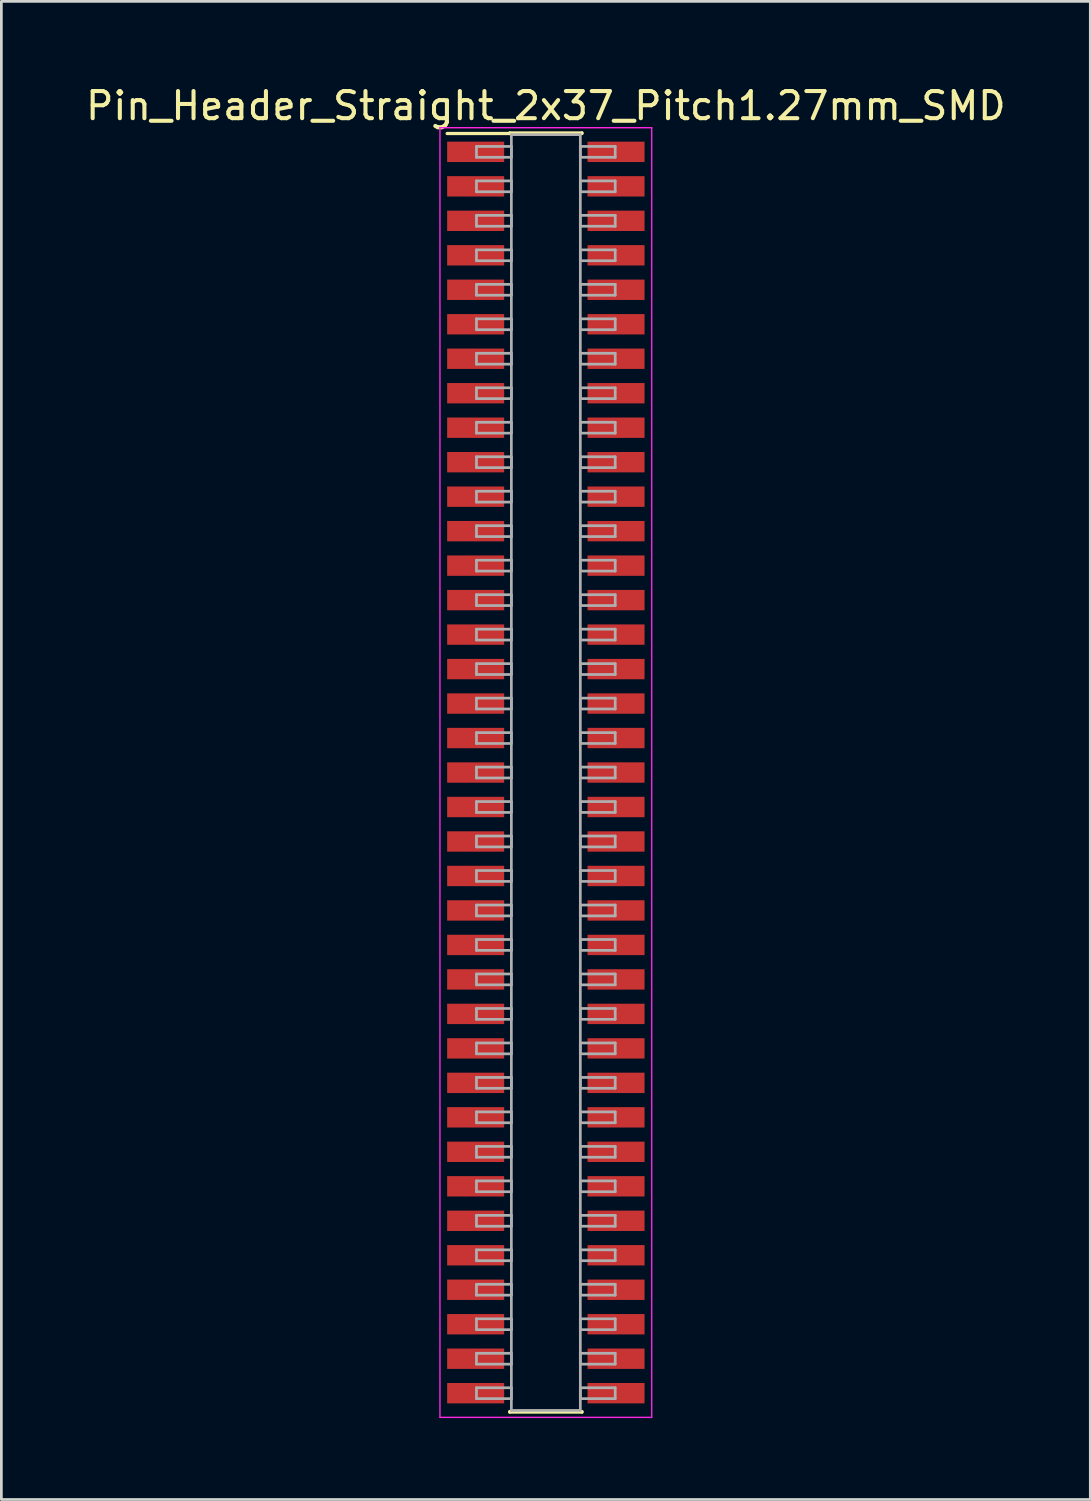
<source format=kicad_pcb>
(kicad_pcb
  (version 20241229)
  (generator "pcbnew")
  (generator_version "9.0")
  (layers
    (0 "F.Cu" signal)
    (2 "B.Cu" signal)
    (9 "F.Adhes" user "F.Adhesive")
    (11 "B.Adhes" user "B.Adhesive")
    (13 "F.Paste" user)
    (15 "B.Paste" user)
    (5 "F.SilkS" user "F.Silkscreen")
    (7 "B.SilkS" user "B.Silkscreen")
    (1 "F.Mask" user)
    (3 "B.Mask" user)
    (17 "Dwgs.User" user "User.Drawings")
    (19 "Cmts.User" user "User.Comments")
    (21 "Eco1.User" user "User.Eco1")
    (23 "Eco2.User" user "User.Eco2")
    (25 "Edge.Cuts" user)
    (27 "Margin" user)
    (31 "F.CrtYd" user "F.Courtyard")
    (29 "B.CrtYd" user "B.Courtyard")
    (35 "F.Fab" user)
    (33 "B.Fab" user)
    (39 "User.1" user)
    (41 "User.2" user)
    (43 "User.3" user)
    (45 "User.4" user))
  (footprint "Pin_Header_Straight_2x37_Pitch1.27mm_SMD"
    (layer "F.Cu")
    (at 17.054 25.403)
    (property "Reference" "Pin_Header_Straight_2x37_Pitch1.27mm_SMD" (at 0 -24.555 0) (layer "F.SilkS") (effects (font (size 1 1) (thickness 0.15))))
    (attr smd)
    (fp_line (start -3.635 -23.535) (end -1.33 -23.535) (stroke (width 0.12) (type solid)) (layer "F.SilkS"))
    (fp_line (start -1.33 -23.555) (end 1.33 -23.555) (stroke (width 0.12) (type solid)) (layer "F.SilkS"))
    (fp_line (start -1.33 -23.535) (end -1.33 -23.555) (stroke (width 0.12) (type solid)) (layer "F.SilkS"))
    (fp_line (start -1.33 23.535) (end -1.33 23.555) (stroke (width 0.12) (type solid)) (layer "F.SilkS"))
    (fp_line (start -1.33 23.555) (end 1.33 23.555) (stroke (width 0.12) (type solid)) (layer "F.SilkS"))
    (fp_line (start 1.33 -23.555) (end 1.33 -23.535) (stroke (width 0.12) (type solid)) (layer "F.SilkS"))
    (fp_line (start 1.33 23.555) (end 1.33 23.535) (stroke (width 0.12) (type solid)) (layer "F.SilkS"))
    (fp_line (start -3.9 -23.75) (end -3.9 23.75) (stroke (width 0.05) (type solid)) (layer "F.CrtYd"))
    (fp_line (start -3.9 23.75) (end 3.9 23.75) (stroke (width 0.05) (type solid)) (layer "F.CrtYd"))
    (fp_line (start 3.9 -23.75) (end -3.9 -23.75) (stroke (width 0.05) (type solid)) (layer "F.CrtYd"))
    (fp_line (start 3.9 23.75) (end 3.9 -23.75) (stroke (width 0.05) (type solid)) (layer "F.CrtYd"))
    (fp_line (start -2.555 -23.06) (end -1.27 -23.06) (stroke (width 0.1) (type solid)) (layer "F.Fab"))
    (fp_line (start -2.555 -22.66) (end -2.555 -23.06) (stroke (width 0.1) (type solid)) (layer "F.Fab"))
    (fp_line (start -2.555 -21.79) (end -1.27 -21.79) (stroke (width 0.1) (type solid)) (layer "F.Fab"))
    (fp_line (start -2.555 -21.39) (end -2.555 -21.79) (stroke (width 0.1) (type solid)) (layer "F.Fab"))
    (fp_line (start -2.555 -20.52) (end -1.27 -20.52) (stroke (width 0.1) (type solid)) (layer "F.Fab"))
    (fp_line (start -2.555 -20.12) (end -2.555 -20.52) (stroke (width 0.1) (type solid)) (layer "F.Fab"))
    (fp_line (start -2.555 -19.25) (end -1.27 -19.25) (stroke (width 0.1) (type solid)) (layer "F.Fab"))
    (fp_line (start -2.555 -18.85) (end -2.555 -19.25) (stroke (width 0.1) (type solid)) (layer "F.Fab"))
    (fp_line (start -2.555 -17.98) (end -1.27 -17.98) (stroke (width 0.1) (type solid)) (layer "F.Fab"))
    (fp_line (start -2.555 -17.58) (end -2.555 -17.98) (stroke (width 0.1) (type solid)) (layer "F.Fab"))
    (fp_line (start -2.555 -16.71) (end -1.27 -16.71) (stroke (width 0.1) (type solid)) (layer "F.Fab"))
    (fp_line (start -2.555 -16.31) (end -2.555 -16.71) (stroke (width 0.1) (type solid)) (layer "F.Fab"))
    (fp_line (start -2.555 -15.44) (end -1.27 -15.44) (stroke (width 0.1) (type solid)) (layer "F.Fab"))
    (fp_line (start -2.555 -15.04) (end -2.555 -15.44) (stroke (width 0.1) (type solid)) (layer "F.Fab"))
    (fp_line (start -2.555 -14.17) (end -1.27 -14.17) (stroke (width 0.1) (type solid)) (layer "F.Fab"))
    (fp_line (start -2.555 -13.77) (end -2.555 -14.17) (stroke (width 0.1) (type solid)) (layer "F.Fab"))
    (fp_line (start -2.555 -12.9) (end -1.27 -12.9) (stroke (width 0.1) (type solid)) (layer "F.Fab"))
    (fp_line (start -2.555 -12.5) (end -2.555 -12.9) (stroke (width 0.1) (type solid)) (layer "F.Fab"))
    (fp_line (start -2.555 -11.63) (end -1.27 -11.63) (stroke (width 0.1) (type solid)) (layer "F.Fab"))
    (fp_line (start -2.555 -11.23) (end -2.555 -11.63) (stroke (width 0.1) (type solid)) (layer "F.Fab"))
    (fp_line (start -2.555 -10.36) (end -1.27 -10.36) (stroke (width 0.1) (type solid)) (layer "F.Fab"))
    (fp_line (start -2.555 -9.96) (end -2.555 -10.36) (stroke (width 0.1) (type solid)) (layer "F.Fab"))
    (fp_line (start -2.555 -9.09) (end -1.27 -9.09) (stroke (width 0.1) (type solid)) (layer "F.Fab"))
    (fp_line (start -2.555 -8.69) (end -2.555 -9.09) (stroke (width 0.1) (type solid)) (layer "F.Fab"))
    (fp_line (start -2.555 -7.82) (end -1.27 -7.82) (stroke (width 0.1) (type solid)) (layer "F.Fab"))
    (fp_line (start -2.555 -7.42) (end -2.555 -7.82) (stroke (width 0.1) (type solid)) (layer "F.Fab"))
    (fp_line (start -2.555 -6.55) (end -1.27 -6.55) (stroke (width 0.1) (type solid)) (layer "F.Fab"))
    (fp_line (start -2.555 -6.15) (end -2.555 -6.55) (stroke (width 0.1) (type solid)) (layer "F.Fab"))
    (fp_line (start -2.555 -5.28) (end -1.27 -5.28) (stroke (width 0.1) (type solid)) (layer "F.Fab"))
    (fp_line (start -2.555 -4.88) (end -2.555 -5.28) (stroke (width 0.1) (type solid)) (layer "F.Fab"))
    (fp_line (start -2.555 -4.01) (end -1.27 -4.01) (stroke (width 0.1) (type solid)) (layer "F.Fab"))
    (fp_line (start -2.555 -3.61) (end -2.555 -4.01) (stroke (width 0.1) (type solid)) (layer "F.Fab"))
    (fp_line (start -2.555 -2.74) (end -1.27 -2.74) (stroke (width 0.1) (type solid)) (layer "F.Fab"))
    (fp_line (start -2.555 -2.34) (end -2.555 -2.74) (stroke (width 0.1) (type solid)) (layer "F.Fab"))
    (fp_line (start -2.555 -1.47) (end -1.27 -1.47) (stroke (width 0.1) (type solid)) (layer "F.Fab"))
    (fp_line (start -2.555 -1.07) (end -2.555 -1.47) (stroke (width 0.1) (type solid)) (layer "F.Fab"))
    (fp_line (start -2.555 -0.2) (end -1.27 -0.2) (stroke (width 0.1) (type solid)) (layer "F.Fab"))
    (fp_line (start -2.555 0.2) (end -2.555 -0.2) (stroke (width 0.1) (type solid)) (layer "F.Fab"))
    (fp_line (start -2.555 1.07) (end -1.27 1.07) (stroke (width 0.1) (type solid)) (layer "F.Fab"))
    (fp_line (start -2.555 1.47) (end -2.555 1.07) (stroke (width 0.1) (type solid)) (layer "F.Fab"))
    (fp_line (start -2.555 2.34) (end -1.27 2.34) (stroke (width 0.1) (type solid)) (layer "F.Fab"))
    (fp_line (start -2.555 2.74) (end -2.555 2.34) (stroke (width 0.1) (type solid)) (layer "F.Fab"))
    (fp_line (start -2.555 3.61) (end -1.27 3.61) (stroke (width 0.1) (type solid)) (layer "F.Fab"))
    (fp_line (start -2.555 4.01) (end -2.555 3.61) (stroke (width 0.1) (type solid)) (layer "F.Fab"))
    (fp_line (start -2.555 4.88) (end -1.27 4.88) (stroke (width 0.1) (type solid)) (layer "F.Fab"))
    (fp_line (start -2.555 5.28) (end -2.555 4.88) (stroke (width 0.1) (type solid)) (layer "F.Fab"))
    (fp_line (start -2.555 6.15) (end -1.27 6.15) (stroke (width 0.1) (type solid)) (layer "F.Fab"))
    (fp_line (start -2.555 6.55) (end -2.555 6.15) (stroke (width 0.1) (type solid)) (layer "F.Fab"))
    (fp_line (start -2.555 7.42) (end -1.27 7.42) (stroke (width 0.1) (type solid)) (layer "F.Fab"))
    (fp_line (start -2.555 7.82) (end -2.555 7.42) (stroke (width 0.1) (type solid)) (layer "F.Fab"))
    (fp_line (start -2.555 8.69) (end -1.27 8.69) (stroke (width 0.1) (type solid)) (layer "F.Fab"))
    (fp_line (start -2.555 9.09) (end -2.555 8.69) (stroke (width 0.1) (type solid)) (layer "F.Fab"))
    (fp_line (start -2.555 9.96) (end -1.27 9.96) (stroke (width 0.1) (type solid)) (layer "F.Fab"))
    (fp_line (start -2.555 10.36) (end -2.555 9.96) (stroke (width 0.1) (type solid)) (layer "F.Fab"))
    (fp_line (start -2.555 11.23) (end -1.27 11.23) (stroke (width 0.1) (type solid)) (layer "F.Fab"))
    (fp_line (start -2.555 11.63) (end -2.555 11.23) (stroke (width 0.1) (type solid)) (layer "F.Fab"))
    (fp_line (start -2.555 12.5) (end -1.27 12.5) (stroke (width 0.1) (type solid)) (layer "F.Fab"))
    (fp_line (start -2.555 12.9) (end -2.555 12.5) (stroke (width 0.1) (type solid)) (layer "F.Fab"))
    (fp_line (start -2.555 13.77) (end -1.27 13.77) (stroke (width 0.1) (type solid)) (layer "F.Fab"))
    (fp_line (start -2.555 14.17) (end -2.555 13.77) (stroke (width 0.1) (type solid)) (layer "F.Fab"))
    (fp_line (start -2.555 15.04) (end -1.27 15.04) (stroke (width 0.1) (type solid)) (layer "F.Fab"))
    (fp_line (start -2.555 15.44) (end -2.555 15.04) (stroke (width 0.1) (type solid)) (layer "F.Fab"))
    (fp_line (start -2.555 16.31) (end -1.27 16.31) (stroke (width 0.1) (type solid)) (layer "F.Fab"))
    (fp_line (start -2.555 16.71) (end -2.555 16.31) (stroke (width 0.1) (type solid)) (layer "F.Fab"))
    (fp_line (start -2.555 17.58) (end -1.27 17.58) (stroke (width 0.1) (type solid)) (layer "F.Fab"))
    (fp_line (start -2.555 17.98) (end -2.555 17.58) (stroke (width 0.1) (type solid)) (layer "F.Fab"))
    (fp_line (start -2.555 18.85) (end -1.27 18.85) (stroke (width 0.1) (type solid)) (layer "F.Fab"))
    (fp_line (start -2.555 19.25) (end -2.555 18.85) (stroke (width 0.1) (type solid)) (layer "F.Fab"))
    (fp_line (start -2.555 20.12) (end -1.27 20.12) (stroke (width 0.1) (type solid)) (layer "F.Fab"))
    (fp_line (start -2.555 20.52) (end -2.555 20.12) (stroke (width 0.1) (type solid)) (layer "F.Fab"))
    (fp_line (start -2.555 21.39) (end -1.27 21.39) (stroke (width 0.1) (type solid)) (layer "F.Fab"))
    (fp_line (start -2.555 21.79) (end -2.555 21.39) (stroke (width 0.1) (type solid)) (layer "F.Fab"))
    (fp_line (start -2.555 22.66) (end -1.27 22.66) (stroke (width 0.1) (type solid)) (layer "F.Fab"))
    (fp_line (start -2.555 23.06) (end -2.555 22.66) (stroke (width 0.1) (type solid)) (layer "F.Fab"))
    (fp_line (start -1.27 -23.495) (end -1.27 23.495) (stroke (width 0.1) (type solid)) (layer "F.Fab"))
    (fp_line (start -1.27 -23.06) (end -1.27 -22.66) (stroke (width 0.1) (type solid)) (layer "F.Fab"))
    (fp_line (start -1.27 -22.66) (end -2.555 -22.66) (stroke (width 0.1) (type solid)) (layer "F.Fab"))
    (fp_line (start -1.27 -21.79) (end -1.27 -21.39) (stroke (width 0.1) (type solid)) (layer "F.Fab"))
    (fp_line (start -1.27 -21.39) (end -2.555 -21.39) (stroke (width 0.1) (type solid)) (layer "F.Fab"))
    (fp_line (start -1.27 -20.52) (end -1.27 -20.12) (stroke (width 0.1) (type solid)) (layer "F.Fab"))
    (fp_line (start -1.27 -20.12) (end -2.555 -20.12) (stroke (width 0.1) (type solid)) (layer "F.Fab"))
    (fp_line (start -1.27 -19.25) (end -1.27 -18.85) (stroke (width 0.1) (type solid)) (layer "F.Fab"))
    (fp_line (start -1.27 -18.85) (end -2.555 -18.85) (stroke (width 0.1) (type solid)) (layer "F.Fab"))
    (fp_line (start -1.27 -17.98) (end -1.27 -17.58) (stroke (width 0.1) (type solid)) (layer "F.Fab"))
    (fp_line (start -1.27 -17.58) (end -2.555 -17.58) (stroke (width 0.1) (type solid)) (layer "F.Fab"))
    (fp_line (start -1.27 -16.71) (end -1.27 -16.31) (stroke (width 0.1) (type solid)) (layer "F.Fab"))
    (fp_line (start -1.27 -16.31) (end -2.555 -16.31) (stroke (width 0.1) (type solid)) (layer "F.Fab"))
    (fp_line (start -1.27 -15.44) (end -1.27 -15.04) (stroke (width 0.1) (type solid)) (layer "F.Fab"))
    (fp_line (start -1.27 -15.04) (end -2.555 -15.04) (stroke (width 0.1) (type solid)) (layer "F.Fab"))
    (fp_line (start -1.27 -14.17) (end -1.27 -13.77) (stroke (width 0.1) (type solid)) (layer "F.Fab"))
    (fp_line (start -1.27 -13.77) (end -2.555 -13.77) (stroke (width 0.1) (type solid)) (layer "F.Fab"))
    (fp_line (start -1.27 -12.9) (end -1.27 -12.5) (stroke (width 0.1) (type solid)) (layer "F.Fab"))
    (fp_line (start -1.27 -12.5) (end -2.555 -12.5) (stroke (width 0.1) (type solid)) (layer "F.Fab"))
    (fp_line (start -1.27 -11.63) (end -1.27 -11.23) (stroke (width 0.1) (type solid)) (layer "F.Fab"))
    (fp_line (start -1.27 -11.23) (end -2.555 -11.23) (stroke (width 0.1) (type solid)) (layer "F.Fab"))
    (fp_line (start -1.27 -10.36) (end -1.27 -9.96) (stroke (width 0.1) (type solid)) (layer "F.Fab"))
    (fp_line (start -1.27 -9.96) (end -2.555 -9.96) (stroke (width 0.1) (type solid)) (layer "F.Fab"))
    (fp_line (start -1.27 -9.09) (end -1.27 -8.69) (stroke (width 0.1) (type solid)) (layer "F.Fab"))
    (fp_line (start -1.27 -8.69) (end -2.555 -8.69) (stroke (width 0.1) (type solid)) (layer "F.Fab"))
    (fp_line (start -1.27 -7.82) (end -1.27 -7.42) (stroke (width 0.1) (type solid)) (layer "F.Fab"))
    (fp_line (start -1.27 -7.42) (end -2.555 -7.42) (stroke (width 0.1) (type solid)) (layer "F.Fab"))
    (fp_line (start -1.27 -6.55) (end -1.27 -6.15) (stroke (width 0.1) (type solid)) (layer "F.Fab"))
    (fp_line (start -1.27 -6.15) (end -2.555 -6.15) (stroke (width 0.1) (type solid)) (layer "F.Fab"))
    (fp_line (start -1.27 -5.28) (end -1.27 -4.88) (stroke (width 0.1) (type solid)) (layer "F.Fab"))
    (fp_line (start -1.27 -4.88) (end -2.555 -4.88) (stroke (width 0.1) (type solid)) (layer "F.Fab"))
    (fp_line (start -1.27 -4.01) (end -1.27 -3.61) (stroke (width 0.1) (type solid)) (layer "F.Fab"))
    (fp_line (start -1.27 -3.61) (end -2.555 -3.61) (stroke (width 0.1) (type solid)) (layer "F.Fab"))
    (fp_line (start -1.27 -2.74) (end -1.27 -2.34) (stroke (width 0.1) (type solid)) (layer "F.Fab"))
    (fp_line (start -1.27 -2.34) (end -2.555 -2.34) (stroke (width 0.1) (type solid)) (layer "F.Fab"))
    (fp_line (start -1.27 -1.47) (end -1.27 -1.07) (stroke (width 0.1) (type solid)) (layer "F.Fab"))
    (fp_line (start -1.27 -1.07) (end -2.555 -1.07) (stroke (width 0.1) (type solid)) (layer "F.Fab"))
    (fp_line (start -1.27 -0.2) (end -1.27 0.2) (stroke (width 0.1) (type solid)) (layer "F.Fab"))
    (fp_line (start -1.27 0.2) (end -2.555 0.2) (stroke (width 0.1) (type solid)) (layer "F.Fab"))
    (fp_line (start -1.27 1.07) (end -1.27 1.47) (stroke (width 0.1) (type solid)) (layer "F.Fab"))
    (fp_line (start -1.27 1.47) (end -2.555 1.47) (stroke (width 0.1) (type solid)) (layer "F.Fab"))
    (fp_line (start -1.27 2.34) (end -1.27 2.74) (stroke (width 0.1) (type solid)) (layer "F.Fab"))
    (fp_line (start -1.27 2.74) (end -2.555 2.74) (stroke (width 0.1) (type solid)) (layer "F.Fab"))
    (fp_line (start -1.27 3.61) (end -1.27 4.01) (stroke (width 0.1) (type solid)) (layer "F.Fab"))
    (fp_line (start -1.27 4.01) (end -2.555 4.01) (stroke (width 0.1) (type solid)) (layer "F.Fab"))
    (fp_line (start -1.27 4.88) (end -1.27 5.28) (stroke (width 0.1) (type solid)) (layer "F.Fab"))
    (fp_line (start -1.27 5.28) (end -2.555 5.28) (stroke (width 0.1) (type solid)) (layer "F.Fab"))
    (fp_line (start -1.27 6.15) (end -1.27 6.55) (stroke (width 0.1) (type solid)) (layer "F.Fab"))
    (fp_line (start -1.27 6.55) (end -2.555 6.55) (stroke (width 0.1) (type solid)) (layer "F.Fab"))
    (fp_line (start -1.27 7.42) (end -1.27 7.82) (stroke (width 0.1) (type solid)) (layer "F.Fab"))
    (fp_line (start -1.27 7.82) (end -2.555 7.82) (stroke (width 0.1) (type solid)) (layer "F.Fab"))
    (fp_line (start -1.27 8.69) (end -1.27 9.09) (stroke (width 0.1) (type solid)) (layer "F.Fab"))
    (fp_line (start -1.27 9.09) (end -2.555 9.09) (stroke (width 0.1) (type solid)) (layer "F.Fab"))
    (fp_line (start -1.27 9.96) (end -1.27 10.36) (stroke (width 0.1) (type solid)) (layer "F.Fab"))
    (fp_line (start -1.27 10.36) (end -2.555 10.36) (stroke (width 0.1) (type solid)) (layer "F.Fab"))
    (fp_line (start -1.27 11.23) (end -1.27 11.63) (stroke (width 0.1) (type solid)) (layer "F.Fab"))
    (fp_line (start -1.27 11.63) (end -2.555 11.63) (stroke (width 0.1) (type solid)) (layer "F.Fab"))
    (fp_line (start -1.27 12.5) (end -1.27 12.9) (stroke (width 0.1) (type solid)) (layer "F.Fab"))
    (fp_line (start -1.27 12.9) (end -2.555 12.9) (stroke (width 0.1) (type solid)) (layer "F.Fab"))
    (fp_line (start -1.27 13.77) (end -1.27 14.17) (stroke (width 0.1) (type solid)) (layer "F.Fab"))
    (fp_line (start -1.27 14.17) (end -2.555 14.17) (stroke (width 0.1) (type solid)) (layer "F.Fab"))
    (fp_line (start -1.27 15.04) (end -1.27 15.44) (stroke (width 0.1) (type solid)) (layer "F.Fab"))
    (fp_line (start -1.27 15.44) (end -2.555 15.44) (stroke (width 0.1) (type solid)) (layer "F.Fab"))
    (fp_line (start -1.27 16.31) (end -1.27 16.71) (stroke (width 0.1) (type solid)) (layer "F.Fab"))
    (fp_line (start -1.27 16.71) (end -2.555 16.71) (stroke (width 0.1) (type solid)) (layer "F.Fab"))
    (fp_line (start -1.27 17.58) (end -1.27 17.98) (stroke (width 0.1) (type solid)) (layer "F.Fab"))
    (fp_line (start -1.27 17.98) (end -2.555 17.98) (stroke (width 0.1) (type solid)) (layer "F.Fab"))
    (fp_line (start -1.27 18.85) (end -1.27 19.25) (stroke (width 0.1) (type solid)) (layer "F.Fab"))
    (fp_line (start -1.27 19.25) (end -2.555 19.25) (stroke (width 0.1) (type solid)) (layer "F.Fab"))
    (fp_line (start -1.27 20.12) (end -1.27 20.52) (stroke (width 0.1) (type solid)) (layer "F.Fab"))
    (fp_line (start -1.27 20.52) (end -2.555 20.52) (stroke (width 0.1) (type solid)) (layer "F.Fab"))
    (fp_line (start -1.27 21.39) (end -1.27 21.79) (stroke (width 0.1) (type solid)) (layer "F.Fab"))
    (fp_line (start -1.27 21.79) (end -2.555 21.79) (stroke (width 0.1) (type solid)) (layer "F.Fab"))
    (fp_line (start -1.27 22.66) (end -1.27 23.06) (stroke (width 0.1) (type solid)) (layer "F.Fab"))
    (fp_line (start -1.27 23.06) (end -2.555 23.06) (stroke (width 0.1) (type solid)) (layer "F.Fab"))
    (fp_line (start -1.27 23.495) (end 1.27 23.495) (stroke (width 0.1) (type solid)) (layer "F.Fab"))
    (fp_line (start 1.27 -23.495) (end -1.27 -23.495) (stroke (width 0.1) (type solid)) (layer "F.Fab"))
    (fp_line (start 1.27 -23.06) (end 1.27 -22.66) (stroke (width 0.1) (type solid)) (layer "F.Fab"))
    (fp_line (start 1.27 -22.66) (end 2.555 -22.66) (stroke (width 0.1) (type solid)) (layer "F.Fab"))
    (fp_line (start 1.27 -21.79) (end 1.27 -21.39) (stroke (width 0.1) (type solid)) (layer "F.Fab"))
    (fp_line (start 1.27 -21.39) (end 2.555 -21.39) (stroke (width 0.1) (type solid)) (layer "F.Fab"))
    (fp_line (start 1.27 -20.52) (end 1.27 -20.12) (stroke (width 0.1) (type solid)) (layer "F.Fab"))
    (fp_line (start 1.27 -20.12) (end 2.555 -20.12) (stroke (width 0.1) (type solid)) (layer "F.Fab"))
    (fp_line (start 1.27 -19.25) (end 1.27 -18.85) (stroke (width 0.1) (type solid)) (layer "F.Fab"))
    (fp_line (start 1.27 -18.85) (end 2.555 -18.85) (stroke (width 0.1) (type solid)) (layer "F.Fab"))
    (fp_line (start 1.27 -17.98) (end 1.27 -17.58) (stroke (width 0.1) (type solid)) (layer "F.Fab"))
    (fp_line (start 1.27 -17.58) (end 2.555 -17.58) (stroke (width 0.1) (type solid)) (layer "F.Fab"))
    (fp_line (start 1.27 -16.71) (end 1.27 -16.31) (stroke (width 0.1) (type solid)) (layer "F.Fab"))
    (fp_line (start 1.27 -16.31) (end 2.555 -16.31) (stroke (width 0.1) (type solid)) (layer "F.Fab"))
    (fp_line (start 1.27 -15.44) (end 1.27 -15.04) (stroke (width 0.1) (type solid)) (layer "F.Fab"))
    (fp_line (start 1.27 -15.04) (end 2.555 -15.04) (stroke (width 0.1) (type solid)) (layer "F.Fab"))
    (fp_line (start 1.27 -14.17) (end 1.27 -13.77) (stroke (width 0.1) (type solid)) (layer "F.Fab"))
    (fp_line (start 1.27 -13.77) (end 2.555 -13.77) (stroke (width 0.1) (type solid)) (layer "F.Fab"))
    (fp_line (start 1.27 -12.9) (end 1.27 -12.5) (stroke (width 0.1) (type solid)) (layer "F.Fab"))
    (fp_line (start 1.27 -12.5) (end 2.555 -12.5) (stroke (width 0.1) (type solid)) (layer "F.Fab"))
    (fp_line (start 1.27 -11.63) (end 1.27 -11.23) (stroke (width 0.1) (type solid)) (layer "F.Fab"))
    (fp_line (start 1.27 -11.23) (end 2.555 -11.23) (stroke (width 0.1) (type solid)) (layer "F.Fab"))
    (fp_line (start 1.27 -10.36) (end 1.27 -9.96) (stroke (width 0.1) (type solid)) (layer "F.Fab"))
    (fp_line (start 1.27 -9.96) (end 2.555 -9.96) (stroke (width 0.1) (type solid)) (layer "F.Fab"))
    (fp_line (start 1.27 -9.09) (end 1.27 -8.69) (stroke (width 0.1) (type solid)) (layer "F.Fab"))
    (fp_line (start 1.27 -8.69) (end 2.555 -8.69) (stroke (width 0.1) (type solid)) (layer "F.Fab"))
    (fp_line (start 1.27 -7.82) (end 1.27 -7.42) (stroke (width 0.1) (type solid)) (layer "F.Fab"))
    (fp_line (start 1.27 -7.42) (end 2.555 -7.42) (stroke (width 0.1) (type solid)) (layer "F.Fab"))
    (fp_line (start 1.27 -6.55) (end 1.27 -6.15) (stroke (width 0.1) (type solid)) (layer "F.Fab"))
    (fp_line (start 1.27 -6.15) (end 2.555 -6.15) (stroke (width 0.1) (type solid)) (layer "F.Fab"))
    (fp_line (start 1.27 -5.28) (end 1.27 -4.88) (stroke (width 0.1) (type solid)) (layer "F.Fab"))
    (fp_line (start 1.27 -4.88) (end 2.555 -4.88) (stroke (width 0.1) (type solid)) (layer "F.Fab"))
    (fp_line (start 1.27 -4.01) (end 1.27 -3.61) (stroke (width 0.1) (type solid)) (layer "F.Fab"))
    (fp_line (start 1.27 -3.61) (end 2.555 -3.61) (stroke (width 0.1) (type solid)) (layer "F.Fab"))
    (fp_line (start 1.27 -2.74) (end 1.27 -2.34) (stroke (width 0.1) (type solid)) (layer "F.Fab"))
    (fp_line (start 1.27 -2.34) (end 2.555 -2.34) (stroke (width 0.1) (type solid)) (layer "F.Fab"))
    (fp_line (start 1.27 -1.47) (end 1.27 -1.07) (stroke (width 0.1) (type solid)) (layer "F.Fab"))
    (fp_line (start 1.27 -1.07) (end 2.555 -1.07) (stroke (width 0.1) (type solid)) (layer "F.Fab"))
    (fp_line (start 1.27 -0.2) (end 1.27 0.2) (stroke (width 0.1) (type solid)) (layer "F.Fab"))
    (fp_line (start 1.27 0.2) (end 2.555 0.2) (stroke (width 0.1) (type solid)) (layer "F.Fab"))
    (fp_line (start 1.27 1.07) (end 1.27 1.47) (stroke (width 0.1) (type solid)) (layer "F.Fab"))
    (fp_line (start 1.27 1.47) (end 2.555 1.47) (stroke (width 0.1) (type solid)) (layer "F.Fab"))
    (fp_line (start 1.27 2.34) (end 1.27 2.74) (stroke (width 0.1) (type solid)) (layer "F.Fab"))
    (fp_line (start 1.27 2.74) (end 2.555 2.74) (stroke (width 0.1) (type solid)) (layer "F.Fab"))
    (fp_line (start 1.27 3.61) (end 1.27 4.01) (stroke (width 0.1) (type solid)) (layer "F.Fab"))
    (fp_line (start 1.27 4.01) (end 2.555 4.01) (stroke (width 0.1) (type solid)) (layer "F.Fab"))
    (fp_line (start 1.27 4.88) (end 1.27 5.28) (stroke (width 0.1) (type solid)) (layer "F.Fab"))
    (fp_line (start 1.27 5.28) (end 2.555 5.28) (stroke (width 0.1) (type solid)) (layer "F.Fab"))
    (fp_line (start 1.27 6.15) (end 1.27 6.55) (stroke (width 0.1) (type solid)) (layer "F.Fab"))
    (fp_line (start 1.27 6.55) (end 2.555 6.55) (stroke (width 0.1) (type solid)) (layer "F.Fab"))
    (fp_line (start 1.27 7.42) (end 1.27 7.82) (stroke (width 0.1) (type solid)) (layer "F.Fab"))
    (fp_line (start 1.27 7.82) (end 2.555 7.82) (stroke (width 0.1) (type solid)) (layer "F.Fab"))
    (fp_line (start 1.27 8.69) (end 1.27 9.09) (stroke (width 0.1) (type solid)) (layer "F.Fab"))
    (fp_line (start 1.27 9.09) (end 2.555 9.09) (stroke (width 0.1) (type solid)) (layer "F.Fab"))
    (fp_line (start 1.27 9.96) (end 1.27 10.36) (stroke (width 0.1) (type solid)) (layer "F.Fab"))
    (fp_line (start 1.27 10.36) (end 2.555 10.36) (stroke (width 0.1) (type solid)) (layer "F.Fab"))
    (fp_line (start 1.27 11.23) (end 1.27 11.63) (stroke (width 0.1) (type solid)) (layer "F.Fab"))
    (fp_line (start 1.27 11.63) (end 2.555 11.63) (stroke (width 0.1) (type solid)) (layer "F.Fab"))
    (fp_line (start 1.27 12.5) (end 1.27 12.9) (stroke (width 0.1) (type solid)) (layer "F.Fab"))
    (fp_line (start 1.27 12.9) (end 2.555 12.9) (stroke (width 0.1) (type solid)) (layer "F.Fab"))
    (fp_line (start 1.27 13.77) (end 1.27 14.17) (stroke (width 0.1) (type solid)) (layer "F.Fab"))
    (fp_line (start 1.27 14.17) (end 2.555 14.17) (stroke (width 0.1) (type solid)) (layer "F.Fab"))
    (fp_line (start 1.27 15.04) (end 1.27 15.44) (stroke (width 0.1) (type solid)) (layer "F.Fab"))
    (fp_line (start 1.27 15.44) (end 2.555 15.44) (stroke (width 0.1) (type solid)) (layer "F.Fab"))
    (fp_line (start 1.27 16.31) (end 1.27 16.71) (stroke (width 0.1) (type solid)) (layer "F.Fab"))
    (fp_line (start 1.27 16.71) (end 2.555 16.71) (stroke (width 0.1) (type solid)) (layer "F.Fab"))
    (fp_line (start 1.27 17.58) (end 1.27 17.98) (stroke (width 0.1) (type solid)) (layer "F.Fab"))
    (fp_line (start 1.27 17.98) (end 2.555 17.98) (stroke (width 0.1) (type solid)) (layer "F.Fab"))
    (fp_line (start 1.27 18.85) (end 1.27 19.25) (stroke (width 0.1) (type solid)) (layer "F.Fab"))
    (fp_line (start 1.27 19.25) (end 2.555 19.25) (stroke (width 0.1) (type solid)) (layer "F.Fab"))
    (fp_line (start 1.27 20.12) (end 1.27 20.52) (stroke (width 0.1) (type solid)) (layer "F.Fab"))
    (fp_line (start 1.27 20.52) (end 2.555 20.52) (stroke (width 0.1) (type solid)) (layer "F.Fab"))
    (fp_line (start 1.27 21.39) (end 1.27 21.79) (stroke (width 0.1) (type solid)) (layer "F.Fab"))
    (fp_line (start 1.27 21.79) (end 2.555 21.79) (stroke (width 0.1) (type solid)) (layer "F.Fab"))
    (fp_line (start 1.27 22.66) (end 1.27 23.06) (stroke (width 0.1) (type solid)) (layer "F.Fab"))
    (fp_line (start 1.27 23.06) (end 2.555 23.06) (stroke (width 0.1) (type solid)) (layer "F.Fab"))
    (fp_line (start 1.27 23.495) (end 1.27 -23.495) (stroke (width 0.1) (type solid)) (layer "F.Fab"))
    (fp_line (start 2.555 -23.06) (end 1.27 -23.06) (stroke (width 0.1) (type solid)) (layer "F.Fab"))
    (fp_line (start 2.555 -22.66) (end 2.555 -23.06) (stroke (width 0.1) (type solid)) (layer "F.Fab"))
    (fp_line (start 2.555 -21.79) (end 1.27 -21.79) (stroke (width 0.1) (type solid)) (layer "F.Fab"))
    (fp_line (start 2.555 -21.39) (end 2.555 -21.79) (stroke (width 0.1) (type solid)) (layer "F.Fab"))
    (fp_line (start 2.555 -20.52) (end 1.27 -20.52) (stroke (width 0.1) (type solid)) (layer "F.Fab"))
    (fp_line (start 2.555 -20.12) (end 2.555 -20.52) (stroke (width 0.1) (type solid)) (layer "F.Fab"))
    (fp_line (start 2.555 -19.25) (end 1.27 -19.25) (stroke (width 0.1) (type solid)) (layer "F.Fab"))
    (fp_line (start 2.555 -18.85) (end 2.555 -19.25) (stroke (width 0.1) (type solid)) (layer "F.Fab"))
    (fp_line (start 2.555 -17.98) (end 1.27 -17.98) (stroke (width 0.1) (type solid)) (layer "F.Fab"))
    (fp_line (start 2.555 -17.58) (end 2.555 -17.98) (stroke (width 0.1) (type solid)) (layer "F.Fab"))
    (fp_line (start 2.555 -16.71) (end 1.27 -16.71) (stroke (width 0.1) (type solid)) (layer "F.Fab"))
    (fp_line (start 2.555 -16.31) (end 2.555 -16.71) (stroke (width 0.1) (type solid)) (layer "F.Fab"))
    (fp_line (start 2.555 -15.44) (end 1.27 -15.44) (stroke (width 0.1) (type solid)) (layer "F.Fab"))
    (fp_line (start 2.555 -15.04) (end 2.555 -15.44) (stroke (width 0.1) (type solid)) (layer "F.Fab"))
    (fp_line (start 2.555 -14.17) (end 1.27 -14.17) (stroke (width 0.1) (type solid)) (layer "F.Fab"))
    (fp_line (start 2.555 -13.77) (end 2.555 -14.17) (stroke (width 0.1) (type solid)) (layer "F.Fab"))
    (fp_line (start 2.555 -12.9) (end 1.27 -12.9) (stroke (width 0.1) (type solid)) (layer "F.Fab"))
    (fp_line (start 2.555 -12.5) (end 2.555 -12.9) (stroke (width 0.1) (type solid)) (layer "F.Fab"))
    (fp_line (start 2.555 -11.63) (end 1.27 -11.63) (stroke (width 0.1) (type solid)) (layer "F.Fab"))
    (fp_line (start 2.555 -11.23) (end 2.555 -11.63) (stroke (width 0.1) (type solid)) (layer "F.Fab"))
    (fp_line (start 2.555 -10.36) (end 1.27 -10.36) (stroke (width 0.1) (type solid)) (layer "F.Fab"))
    (fp_line (start 2.555 -9.96) (end 2.555 -10.36) (stroke (width 0.1) (type solid)) (layer "F.Fab"))
    (fp_line (start 2.555 -9.09) (end 1.27 -9.09) (stroke (width 0.1) (type solid)) (layer "F.Fab"))
    (fp_line (start 2.555 -8.69) (end 2.555 -9.09) (stroke (width 0.1) (type solid)) (layer "F.Fab"))
    (fp_line (start 2.555 -7.82) (end 1.27 -7.82) (stroke (width 0.1) (type solid)) (layer "F.Fab"))
    (fp_line (start 2.555 -7.42) (end 2.555 -7.82) (stroke (width 0.1) (type solid)) (layer "F.Fab"))
    (fp_line (start 2.555 -6.55) (end 1.27 -6.55) (stroke (width 0.1) (type solid)) (layer "F.Fab"))
    (fp_line (start 2.555 -6.15) (end 2.555 -6.55) (stroke (width 0.1) (type solid)) (layer "F.Fab"))
    (fp_line (start 2.555 -5.28) (end 1.27 -5.28) (stroke (width 0.1) (type solid)) (layer "F.Fab"))
    (fp_line (start 2.555 -4.88) (end 2.555 -5.28) (stroke (width 0.1) (type solid)) (layer "F.Fab"))
    (fp_line (start 2.555 -4.01) (end 1.27 -4.01) (stroke (width 0.1) (type solid)) (layer "F.Fab"))
    (fp_line (start 2.555 -3.61) (end 2.555 -4.01) (stroke (width 0.1) (type solid)) (layer "F.Fab"))
    (fp_line (start 2.555 -2.74) (end 1.27 -2.74) (stroke (width 0.1) (type solid)) (layer "F.Fab"))
    (fp_line (start 2.555 -2.34) (end 2.555 -2.74) (stroke (width 0.1) (type solid)) (layer "F.Fab"))
    (fp_line (start 2.555 -1.47) (end 1.27 -1.47) (stroke (width 0.1) (type solid)) (layer "F.Fab"))
    (fp_line (start 2.555 -1.07) (end 2.555 -1.47) (stroke (width 0.1) (type solid)) (layer "F.Fab"))
    (fp_line (start 2.555 -0.2) (end 1.27 -0.2) (stroke (width 0.1) (type solid)) (layer "F.Fab"))
    (fp_line (start 2.555 0.2) (end 2.555 -0.2) (stroke (width 0.1) (type solid)) (layer "F.Fab"))
    (fp_line (start 2.555 1.07) (end 1.27 1.07) (stroke (width 0.1) (type solid)) (layer "F.Fab"))
    (fp_line (start 2.555 1.47) (end 2.555 1.07) (stroke (width 0.1) (type solid)) (layer "F.Fab"))
    (fp_line (start 2.555 2.34) (end 1.27 2.34) (stroke (width 0.1) (type solid)) (layer "F.Fab"))
    (fp_line (start 2.555 2.74) (end 2.555 2.34) (stroke (width 0.1) (type solid)) (layer "F.Fab"))
    (fp_line (start 2.555 3.61) (end 1.27 3.61) (stroke (width 0.1) (type solid)) (layer "F.Fab"))
    (fp_line (start 2.555 4.01) (end 2.555 3.61) (stroke (width 0.1) (type solid)) (layer "F.Fab"))
    (fp_line (start 2.555 4.88) (end 1.27 4.88) (stroke (width 0.1) (type solid)) (layer "F.Fab"))
    (fp_line (start 2.555 5.28) (end 2.555 4.88) (stroke (width 0.1) (type solid)) (layer "F.Fab"))
    (fp_line (start 2.555 6.15) (end 1.27 6.15) (stroke (width 0.1) (type solid)) (layer "F.Fab"))
    (fp_line (start 2.555 6.55) (end 2.555 6.15) (stroke (width 0.1) (type solid)) (layer "F.Fab"))
    (fp_line (start 2.555 7.42) (end 1.27 7.42) (stroke (width 0.1) (type solid)) (layer "F.Fab"))
    (fp_line (start 2.555 7.82) (end 2.555 7.42) (stroke (width 0.1) (type solid)) (layer "F.Fab"))
    (fp_line (start 2.555 8.69) (end 1.27 8.69) (stroke (width 0.1) (type solid)) (layer "F.Fab"))
    (fp_line (start 2.555 9.09) (end 2.555 8.69) (stroke (width 0.1) (type solid)) (layer "F.Fab"))
    (fp_line (start 2.555 9.96) (end 1.27 9.96) (stroke (width 0.1) (type solid)) (layer "F.Fab"))
    (fp_line (start 2.555 10.36) (end 2.555 9.96) (stroke (width 0.1) (type solid)) (layer "F.Fab"))
    (fp_line (start 2.555 11.23) (end 1.27 11.23) (stroke (width 0.1) (type solid)) (layer "F.Fab"))
    (fp_line (start 2.555 11.63) (end 2.555 11.23) (stroke (width 0.1) (type solid)) (layer "F.Fab"))
    (fp_line (start 2.555 12.5) (end 1.27 12.5) (stroke (width 0.1) (type solid)) (layer "F.Fab"))
    (fp_line (start 2.555 12.9) (end 2.555 12.5) (stroke (width 0.1) (type solid)) (layer "F.Fab"))
    (fp_line (start 2.555 13.77) (end 1.27 13.77) (stroke (width 0.1) (type solid)) (layer "F.Fab"))
    (fp_line (start 2.555 14.17) (end 2.555 13.77) (stroke (width 0.1) (type solid)) (layer "F.Fab"))
    (fp_line (start 2.555 15.04) (end 1.27 15.04) (stroke (width 0.1) (type solid)) (layer "F.Fab"))
    (fp_line (start 2.555 15.44) (end 2.555 15.04) (stroke (width 0.1) (type solid)) (layer "F.Fab"))
    (fp_line (start 2.555 16.31) (end 1.27 16.31) (stroke (width 0.1) (type solid)) (layer "F.Fab"))
    (fp_line (start 2.555 16.71) (end 2.555 16.31) (stroke (width 0.1) (type solid)) (layer "F.Fab"))
    (fp_line (start 2.555 17.58) (end 1.27 17.58) (stroke (width 0.1) (type solid)) (layer "F.Fab"))
    (fp_line (start 2.555 17.98) (end 2.555 17.58) (stroke (width 0.1) (type solid)) (layer "F.Fab"))
    (fp_line (start 2.555 18.85) (end 1.27 18.85) (stroke (width 0.1) (type solid)) (layer "F.Fab"))
    (fp_line (start 2.555 19.25) (end 2.555 18.85) (stroke (width 0.1) (type solid)) (layer "F.Fab"))
    (fp_line (start 2.555 20.12) (end 1.27 20.12) (stroke (width 0.1) (type solid)) (layer "F.Fab"))
    (fp_line (start 2.555 20.52) (end 2.555 20.12) (stroke (width 0.1) (type solid)) (layer "F.Fab"))
    (fp_line (start 2.555 21.39) (end 1.27 21.39) (stroke (width 0.1) (type solid)) (layer "F.Fab"))
    (fp_line (start 2.555 21.79) (end 2.555 21.39) (stroke (width 0.1) (type solid)) (layer "F.Fab"))
    (fp_line (start 2.555 22.66) (end 1.27 22.66) (stroke (width 0.1) (type solid)) (layer "F.Fab"))
    (fp_line (start 2.555 23.06) (end 2.555 22.66) (stroke (width 0.1) (type solid)) (layer "F.Fab"))
    (pad "1" smd rect (at -2.585 -22.86) (size 2.1 0.75) (layers "F.Cu" "F.Mask"))
    (pad "2" smd rect (at 2.585 -22.86) (size 2.1 0.75) (layers "F.Cu" "F.Mask"))
    (pad "3" smd rect (at -2.585 -21.59) (size 2.1 0.75) (layers "F.Cu" "F.Mask"))
    (pad "4" smd rect (at 2.585 -21.59) (size 2.1 0.75) (layers "F.Cu" "F.Mask"))
    (pad "5" smd rect (at -2.585 -20.32) (size 2.1 0.75) (layers "F.Cu" "F.Mask"))
    (pad "6" smd rect (at 2.585 -20.32) (size 2.1 0.75) (layers "F.Cu" "F.Mask"))
    (pad "7" smd rect (at -2.585 -19.05) (size 2.1 0.75) (layers "F.Cu" "F.Mask"))
    (pad "8" smd rect (at 2.585 -19.05) (size 2.1 0.75) (layers "F.Cu" "F.Mask"))
    (pad "9" smd rect (at -2.585 -17.78) (size 2.1 0.75) (layers "F.Cu" "F.Mask"))
    (pad "10" smd rect (at 2.585 -17.78) (size 2.1 0.75) (layers "F.Cu" "F.Mask"))
    (pad "11" smd rect (at -2.585 -16.51) (size 2.1 0.75) (layers "F.Cu" "F.Mask"))
    (pad "12" smd rect (at 2.585 -16.51) (size 2.1 0.75) (layers "F.Cu" "F.Mask"))
    (pad "13" smd rect (at -2.585 -15.24) (size 2.1 0.75) (layers "F.Cu" "F.Mask"))
    (pad "14" smd rect (at 2.585 -15.24) (size 2.1 0.75) (layers "F.Cu" "F.Mask"))
    (pad "15" smd rect (at -2.585 -13.97) (size 2.1 0.75) (layers "F.Cu" "F.Mask"))
    (pad "16" smd rect (at 2.585 -13.97) (size 2.1 0.75) (layers "F.Cu" "F.Mask"))
    (pad "17" smd rect (at -2.585 -12.7) (size 2.1 0.75) (layers "F.Cu" "F.Mask"))
    (pad "18" smd rect (at 2.585 -12.7) (size 2.1 0.75) (layers "F.Cu" "F.Mask"))
    (pad "19" smd rect (at -2.585 -11.43) (size 2.1 0.75) (layers "F.Cu" "F.Mask"))
    (pad "20" smd rect (at 2.585 -11.43) (size 2.1 0.75) (layers "F.Cu" "F.Mask"))
    (pad "21" smd rect (at -2.585 -10.16) (size 2.1 0.75) (layers "F.Cu" "F.Mask"))
    (pad "22" smd rect (at 2.585 -10.16) (size 2.1 0.75) (layers "F.Cu" "F.Mask"))
    (pad "23" smd rect (at -2.585 -8.89) (size 2.1 0.75) (layers "F.Cu" "F.Mask"))
    (pad "24" smd rect (at 2.585 -8.89) (size 2.1 0.75) (layers "F.Cu" "F.Mask"))
    (pad "25" smd rect (at -2.585 -7.62) (size 2.1 0.75) (layers "F.Cu" "F.Mask"))
    (pad "26" smd rect (at 2.585 -7.62) (size 2.1 0.75) (layers "F.Cu" "F.Mask"))
    (pad "27" smd rect (at -2.585 -6.35) (size 2.1 0.75) (layers "F.Cu" "F.Mask"))
    (pad "28" smd rect (at 2.585 -6.35) (size 2.1 0.75) (layers "F.Cu" "F.Mask"))
    (pad "29" smd rect (at -2.585 -5.08) (size 2.1 0.75) (layers "F.Cu" "F.Mask"))
    (pad "30" smd rect (at 2.585 -5.08) (size 2.1 0.75) (layers "F.Cu" "F.Mask"))
    (pad "31" smd rect (at -2.585 -3.81) (size 2.1 0.75) (layers "F.Cu" "F.Mask"))
    (pad "32" smd rect (at 2.585 -3.81) (size 2.1 0.75) (layers "F.Cu" "F.Mask"))
    (pad "33" smd rect (at -2.585 -2.54) (size 2.1 0.75) (layers "F.Cu" "F.Mask"))
    (pad "34" smd rect (at 2.585 -2.54) (size 2.1 0.75) (layers "F.Cu" "F.Mask"))
    (pad "35" smd rect (at -2.585 -1.27) (size 2.1 0.75) (layers "F.Cu" "F.Mask"))
    (pad "36" smd rect (at 2.585 -1.27) (size 2.1 0.75) (layers "F.Cu" "F.Mask"))
    (pad "37" smd rect (at -2.585 0) (size 2.1 0.75) (layers "F.Cu" "F.Mask"))
    (pad "38" smd rect (at 2.585 0) (size 2.1 0.75) (layers "F.Cu" "F.Mask"))
    (pad "39" smd rect (at -2.585 1.27) (size 2.1 0.75) (layers "F.Cu" "F.Mask"))
    (pad "40" smd rect (at 2.585 1.27) (size 2.1 0.75) (layers "F.Cu" "F.Mask"))
    (pad "41" smd rect (at -2.585 2.54) (size 2.1 0.75) (layers "F.Cu" "F.Mask"))
    (pad "42" smd rect (at 2.585 2.54) (size 2.1 0.75) (layers "F.Cu" "F.Mask"))
    (pad "43" smd rect (at -2.585 3.81) (size 2.1 0.75) (layers "F.Cu" "F.Mask"))
    (pad "44" smd rect (at 2.585 3.81) (size 2.1 0.75) (layers "F.Cu" "F.Mask"))
    (pad "45" smd rect (at -2.585 5.08) (size 2.1 0.75) (layers "F.Cu" "F.Mask"))
    (pad "46" smd rect (at 2.585 5.08) (size 2.1 0.75) (layers "F.Cu" "F.Mask"))
    (pad "47" smd rect (at -2.585 6.35) (size 2.1 0.75) (layers "F.Cu" "F.Mask"))
    (pad "48" smd rect (at 2.585 6.35) (size 2.1 0.75) (layers "F.Cu" "F.Mask"))
    (pad "49" smd rect (at -2.585 7.62) (size 2.1 0.75) (layers "F.Cu" "F.Mask"))
    (pad "50" smd rect (at 2.585 7.62) (size 2.1 0.75) (layers "F.Cu" "F.Mask"))
    (pad "51" smd rect (at -2.585 8.89) (size 2.1 0.75) (layers "F.Cu" "F.Mask"))
    (pad "52" smd rect (at 2.585 8.89) (size 2.1 0.75) (layers "F.Cu" "F.Mask"))
    (pad "53" smd rect (at -2.585 10.16) (size 2.1 0.75) (layers "F.Cu" "F.Mask"))
    (pad "54" smd rect (at 2.585 10.16) (size 2.1 0.75) (layers "F.Cu" "F.Mask"))
    (pad "55" smd rect (at -2.585 11.43) (size 2.1 0.75) (layers "F.Cu" "F.Mask"))
    (pad "56" smd rect (at 2.585 11.43) (size 2.1 0.75) (layers "F.Cu" "F.Mask"))
    (pad "57" smd rect (at -2.585 12.7) (size 2.1 0.75) (layers "F.Cu" "F.Mask"))
    (pad "58" smd rect (at 2.585 12.7) (size 2.1 0.75) (layers "F.Cu" "F.Mask"))
    (pad "59" smd rect (at -2.585 13.97) (size 2.1 0.75) (layers "F.Cu" "F.Mask"))
    (pad "60" smd rect (at 2.585 13.97) (size 2.1 0.75) (layers "F.Cu" "F.Mask"))
    (pad "61" smd rect (at -2.585 15.24) (size 2.1 0.75) (layers "F.Cu" "F.Mask"))
    (pad "62" smd rect (at 2.585 15.24) (size 2.1 0.75) (layers "F.Cu" "F.Mask"))
    (pad "63" smd rect (at -2.585 16.51) (size 2.1 0.75) (layers "F.Cu" "F.Mask"))
    (pad "64" smd rect (at 2.585 16.51) (size 2.1 0.75) (layers "F.Cu" "F.Mask"))
    (pad "65" smd rect (at -2.585 17.78) (size 2.1 0.75) (layers "F.Cu" "F.Mask"))
    (pad "66" smd rect (at 2.585 17.78) (size 2.1 0.75) (layers "F.Cu" "F.Mask"))
    (pad "67" smd rect (at -2.585 19.05) (size 2.1 0.75) (layers "F.Cu" "F.Mask"))
    (pad "68" smd rect (at 2.585 19.05) (size 2.1 0.75) (layers "F.Cu" "F.Mask"))
    (pad "69" smd rect (at -2.585 20.32) (size 2.1 0.75) (layers "F.Cu" "F.Mask"))
    (pad "70" smd rect (at 2.585 20.32) (size 2.1 0.75) (layers "F.Cu" "F.Mask"))
    (pad "71" smd rect (at -2.585 21.59) (size 2.1 0.75) (layers "F.Cu" "F.Mask"))
    (pad "72" smd rect (at 2.585 21.59) (size 2.1 0.75) (layers "F.Cu" "F.Mask"))
    (pad "73" smd rect (at -2.585 22.86) (size 2.1 0.75) (layers "F.Cu" "F.Mask"))
    (pad "74" smd rect (at 2.585 22.86) (size 2.1 0.75) (layers "F.Cu" "F.Mask")))
  (gr_rect
    (start -3 -3)
    (end 37.107 52.178)
    (stroke (width 0.1) (type default))
    (fill no)
    (layer "Edge.Cuts")))
</source>
